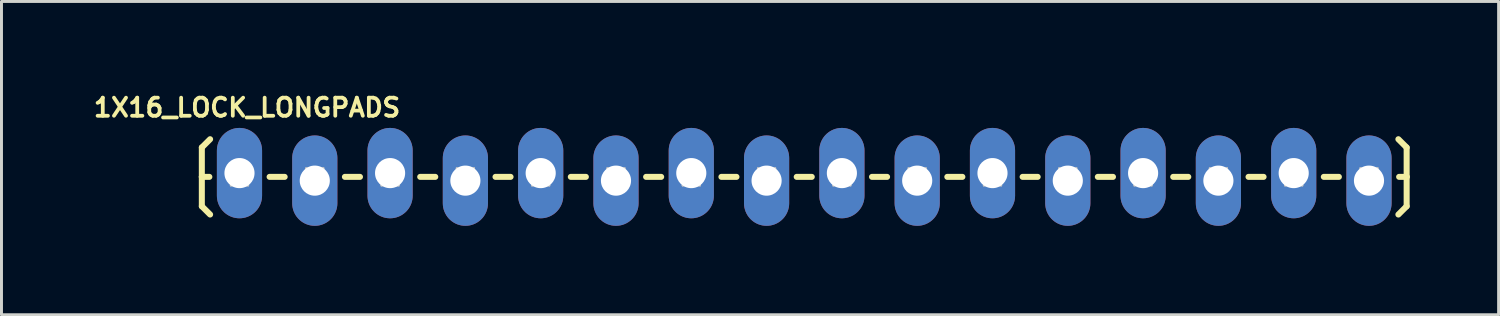
<source format=kicad_pcb>
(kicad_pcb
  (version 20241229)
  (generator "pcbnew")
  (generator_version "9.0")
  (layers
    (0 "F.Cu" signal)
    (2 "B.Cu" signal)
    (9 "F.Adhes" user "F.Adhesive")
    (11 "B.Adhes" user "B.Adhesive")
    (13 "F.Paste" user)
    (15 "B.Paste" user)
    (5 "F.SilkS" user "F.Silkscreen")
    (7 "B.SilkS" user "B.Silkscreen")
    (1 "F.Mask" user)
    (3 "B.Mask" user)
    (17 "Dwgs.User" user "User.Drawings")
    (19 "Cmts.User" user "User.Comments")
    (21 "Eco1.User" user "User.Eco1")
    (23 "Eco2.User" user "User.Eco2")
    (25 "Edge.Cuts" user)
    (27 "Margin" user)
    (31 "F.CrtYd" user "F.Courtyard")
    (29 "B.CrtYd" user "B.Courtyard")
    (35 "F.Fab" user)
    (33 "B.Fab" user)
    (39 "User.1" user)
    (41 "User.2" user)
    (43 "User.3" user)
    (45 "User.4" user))
  (footprint "1X16_LOCK_LONGPADS"
    (layer "F.Cu")
    (at 5.028 2.916)
    (property "Reference" "1X16_LOCK_LONGPADS" (at 0.254 -2.337 0) (layer "F.SilkS") (effects (font (size 0.61 0.61) (thickness 0.127))))
    (attr exclude_from_pos_files exclude_from_bom)
    (fp_line (start -1.27 -0.991) (end -0.991 -1.27) (stroke (width 0.203) (type solid)) (layer "F.SilkS"))
    (fp_line (start -1.27 0) (end -1.27 -0.991) (stroke (width 0.203) (type solid)) (layer "F.SilkS"))
    (fp_line (start -1.27 0) (end -1.27 0.991) (stroke (width 0.203) (type solid)) (layer "F.SilkS"))
    (fp_line (start -1.27 0) (end -1.016 0) (stroke (width 0.203) (type solid)) (layer "F.SilkS"))
    (fp_line (start -1.27 0.991) (end -0.991 1.27) (stroke (width 0.203) (type solid)) (layer "F.SilkS"))
    (fp_line (start 1.524 0) (end 1.016 0) (stroke (width 0.203) (type solid)) (layer "F.SilkS"))
    (fp_line (start 4.064 0) (end 3.556 0) (stroke (width 0.203) (type solid)) (layer "F.SilkS"))
    (fp_line (start 6.604 0) (end 6.096 0) (stroke (width 0.203) (type solid)) (layer "F.SilkS"))
    (fp_line (start 9.144 0) (end 8.636 0) (stroke (width 0.203) (type solid)) (layer "F.SilkS"))
    (fp_line (start 11.684 0) (end 11.176 0) (stroke (width 0.203) (type solid)) (layer "F.SilkS"))
    (fp_line (start 14.224 0) (end 13.716 0) (stroke (width 0.203) (type solid)) (layer "F.SilkS"))
    (fp_line (start 16.764 0) (end 16.256 0) (stroke (width 0.203) (type solid)) (layer "F.SilkS"))
    (fp_line (start 19.304 0) (end 18.796 0) (stroke (width 0.203) (type solid)) (layer "F.SilkS"))
    (fp_line (start 21.844 0) (end 21.336 0) (stroke (width 0.203) (type solid)) (layer "F.SilkS"))
    (fp_line (start 24.384 0) (end 23.876 0) (stroke (width 0.203) (type solid)) (layer "F.SilkS"))
    (fp_line (start 26.924 0) (end 26.416 0) (stroke (width 0.203) (type solid)) (layer "F.SilkS"))
    (fp_line (start 29.464 0) (end 28.953 0) (stroke (width 0.203) (type solid)) (layer "F.SilkS"))
    (fp_line (start 32.004 0) (end 31.496 0) (stroke (width 0.203) (type solid)) (layer "F.SilkS"))
    (fp_line (start 34.544 0) (end 34.036 0) (stroke (width 0.203) (type solid)) (layer "F.SilkS"))
    (fp_line (start 37.084 0) (end 36.576 0) (stroke (width 0.203) (type solid)) (layer "F.SilkS"))
    (fp_line (start 39.37 -0.991) (end 39.091 -1.27) (stroke (width 0.203) (type solid)) (layer "F.SilkS"))
    (fp_line (start 39.37 0) (end 39.116 0) (stroke (width 0.203) (type solid)) (layer "F.SilkS"))
    (fp_line (start 39.37 0) (end 39.37 -0.991) (stroke (width 0.203) (type solid)) (layer "F.SilkS"))
    (fp_line (start 39.37 0) (end 39.37 0.991) (stroke (width 0.203) (type solid)) (layer "F.SilkS"))
    (fp_line (start 39.37 0.991) (end 39.091 1.27) (stroke (width 0.203) (type solid)) (layer "F.SilkS"))
    (fp_line (start -0.292 -0.292) (end 0.292 -0.292) (stroke (width 0.066) (type solid)) (layer "Dwgs.User"))
    (fp_line (start -0.292 0.292) (end -0.292 -0.292) (stroke (width 0.066) (type solid)) (layer "Dwgs.User"))
    (fp_line (start -0.292 0.292) (end 0.292 0.292) (stroke (width 0.066) (type solid)) (layer "Dwgs.User"))
    (fp_line (start 0.292 0.292) (end 0.292 -0.292) (stroke (width 0.066) (type solid)) (layer "Dwgs.User"))
    (fp_line (start 2.248 -0.292) (end 2.832 -0.292) (stroke (width 0.066) (type solid)) (layer "Dwgs.User"))
    (fp_line (start 2.248 0.292) (end 2.248 -0.292) (stroke (width 0.066) (type solid)) (layer "Dwgs.User"))
    (fp_line (start 2.248 0.292) (end 2.832 0.292) (stroke (width 0.066) (type solid)) (layer "Dwgs.User"))
    (fp_line (start 2.832 0.292) (end 2.832 -0.292) (stroke (width 0.066) (type solid)) (layer "Dwgs.User"))
    (fp_line (start 4.788 -0.292) (end 5.372 -0.292) (stroke (width 0.066) (type solid)) (layer "Dwgs.User"))
    (fp_line (start 4.788 0.292) (end 4.788 -0.292) (stroke (width 0.066) (type solid)) (layer "Dwgs.User"))
    (fp_line (start 4.788 0.292) (end 5.372 0.292) (stroke (width 0.066) (type solid)) (layer "Dwgs.User"))
    (fp_line (start 5.372 0.292) (end 5.372 -0.292) (stroke (width 0.066) (type solid)) (layer "Dwgs.User"))
    (fp_line (start 7.328 -0.292) (end 7.912 -0.292) (stroke (width 0.066) (type solid)) (layer "Dwgs.User"))
    (fp_line (start 7.328 0.292) (end 7.328 -0.292) (stroke (width 0.066) (type solid)) (layer "Dwgs.User"))
    (fp_line (start 7.328 0.292) (end 7.912 0.292) (stroke (width 0.066) (type solid)) (layer "Dwgs.User"))
    (fp_line (start 7.912 0.292) (end 7.912 -0.292) (stroke (width 0.066) (type solid)) (layer "Dwgs.User"))
    (fp_line (start 9.868 -0.292) (end 10.452 -0.292) (stroke (width 0.066) (type solid)) (layer "Dwgs.User"))
    (fp_line (start 9.868 0.292) (end 9.868 -0.292) (stroke (width 0.066) (type solid)) (layer "Dwgs.User"))
    (fp_line (start 9.868 0.292) (end 10.452 0.292) (stroke (width 0.066) (type solid)) (layer "Dwgs.User"))
    (fp_line (start 10.452 0.292) (end 10.452 -0.292) (stroke (width 0.066) (type solid)) (layer "Dwgs.User"))
    (fp_line (start 12.408 -0.292) (end 12.992 -0.292) (stroke (width 0.066) (type solid)) (layer "Dwgs.User"))
    (fp_line (start 12.408 0.292) (end 12.408 -0.292) (stroke (width 0.066) (type solid)) (layer "Dwgs.User"))
    (fp_line (start 12.408 0.292) (end 12.992 0.292) (stroke (width 0.066) (type solid)) (layer "Dwgs.User"))
    (fp_line (start 12.992 0.292) (end 12.992 -0.292) (stroke (width 0.066) (type solid)) (layer "Dwgs.User"))
    (fp_line (start 14.948 -0.292) (end 15.532 -0.292) (stroke (width 0.066) (type solid)) (layer "Dwgs.User"))
    (fp_line (start 14.948 0.292) (end 14.948 -0.292) (stroke (width 0.066) (type solid)) (layer "Dwgs.User"))
    (fp_line (start 14.948 0.292) (end 15.532 0.292) (stroke (width 0.066) (type solid)) (layer "Dwgs.User"))
    (fp_line (start 15.532 0.292) (end 15.532 -0.292) (stroke (width 0.066) (type solid)) (layer "Dwgs.User"))
    (fp_line (start 17.488 -0.292) (end 18.072 -0.292) (stroke (width 0.066) (type solid)) (layer "Dwgs.User"))
    (fp_line (start 17.488 0.292) (end 17.488 -0.292) (stroke (width 0.066) (type solid)) (layer "Dwgs.User"))
    (fp_line (start 17.488 0.292) (end 18.072 0.292) (stroke (width 0.066) (type solid)) (layer "Dwgs.User"))
    (fp_line (start 18.072 0.292) (end 18.072 -0.292) (stroke (width 0.066) (type solid)) (layer "Dwgs.User"))
    (fp_line (start 20.028 -0.292) (end 20.612 -0.292) (stroke (width 0.066) (type solid)) (layer "Dwgs.User"))
    (fp_line (start 20.028 0.292) (end 20.028 -0.292) (stroke (width 0.066) (type solid)) (layer "Dwgs.User"))
    (fp_line (start 20.028 0.292) (end 20.612 0.292) (stroke (width 0.066) (type solid)) (layer "Dwgs.User"))
    (fp_line (start 20.612 0.292) (end 20.612 -0.292) (stroke (width 0.066) (type solid)) (layer "Dwgs.User"))
    (fp_line (start 22.568 -0.292) (end 23.152 -0.292) (stroke (width 0.066) (type solid)) (layer "Dwgs.User"))
    (fp_line (start 22.568 0.292) (end 22.568 -0.292) (stroke (width 0.066) (type solid)) (layer "Dwgs.User"))
    (fp_line (start 22.568 0.292) (end 23.152 0.292) (stroke (width 0.066) (type solid)) (layer "Dwgs.User"))
    (fp_line (start 23.152 0.292) (end 23.152 -0.292) (stroke (width 0.066) (type solid)) (layer "Dwgs.User"))
    (fp_line (start 25.108 -0.292) (end 25.692 -0.292) (stroke (width 0.066) (type solid)) (layer "Dwgs.User"))
    (fp_line (start 25.108 0.292) (end 25.108 -0.292) (stroke (width 0.066) (type solid)) (layer "Dwgs.User"))
    (fp_line (start 25.108 0.292) (end 25.692 0.292) (stroke (width 0.066) (type solid)) (layer "Dwgs.User"))
    (fp_line (start 25.692 0.292) (end 25.692 -0.292) (stroke (width 0.066) (type solid)) (layer "Dwgs.User"))
    (fp_line (start 27.648 -0.292) (end 28.232 -0.292) (stroke (width 0.066) (type solid)) (layer "Dwgs.User"))
    (fp_line (start 27.648 0.292) (end 27.648 -0.292) (stroke (width 0.066) (type solid)) (layer "Dwgs.User"))
    (fp_line (start 27.648 0.292) (end 28.232 0.292) (stroke (width 0.066) (type solid)) (layer "Dwgs.User"))
    (fp_line (start 28.232 0.292) (end 28.232 -0.292) (stroke (width 0.066) (type solid)) (layer "Dwgs.User"))
    (fp_line (start 30.185 -0.292) (end 30.772 -0.292) (stroke (width 0.066) (type solid)) (layer "Dwgs.User"))
    (fp_line (start 30.185 0.292) (end 30.185 -0.292) (stroke (width 0.066) (type solid)) (layer "Dwgs.User"))
    (fp_line (start 30.185 0.292) (end 30.772 0.292) (stroke (width 0.066) (type solid)) (layer "Dwgs.User"))
    (fp_line (start 30.772 0.292) (end 30.772 -0.292) (stroke (width 0.066) (type solid)) (layer "Dwgs.User"))
    (fp_line (start 32.728 -0.292) (end 33.312 -0.292) (stroke (width 0.066) (type solid)) (layer "Dwgs.User"))
    (fp_line (start 32.728 0.292) (end 32.728 -0.292) (stroke (width 0.066) (type solid)) (layer "Dwgs.User"))
    (fp_line (start 32.728 0.292) (end 33.312 0.292) (stroke (width 0.066) (type solid)) (layer "Dwgs.User"))
    (fp_line (start 33.312 0.292) (end 33.312 -0.292) (stroke (width 0.066) (type solid)) (layer "Dwgs.User"))
    (fp_line (start 35.268 -0.292) (end 35.852 -0.292) (stroke (width 0.066) (type solid)) (layer "Dwgs.User"))
    (fp_line (start 35.268 0.292) (end 35.268 -0.292) (stroke (width 0.066) (type solid)) (layer "Dwgs.User"))
    (fp_line (start 35.268 0.292) (end 35.852 0.292) (stroke (width 0.066) (type solid)) (layer "Dwgs.User"))
    (fp_line (start 35.852 0.292) (end 35.852 -0.292) (stroke (width 0.066) (type solid)) (layer "Dwgs.User"))
    (fp_line (start 37.808 -0.292) (end 38.392 -0.292) (stroke (width 0.066) (type solid)) (layer "Dwgs.User"))
    (fp_line (start 37.808 0.292) (end 37.808 -0.292) (stroke (width 0.066) (type solid)) (layer "Dwgs.User"))
    (fp_line (start 37.808 0.292) (end 38.392 0.292) (stroke (width 0.066) (type solid)) (layer "Dwgs.User"))
    (fp_line (start 38.392 0.292) (end 38.392 -0.292) (stroke (width 0.066) (type solid)) (layer "Dwgs.User"))
    (pad "1" thru_hole oval (at 0 -0.127 180) (size 1.524 3.048) (drill 1.016) (layers "*.Cu" "*.Paste" "*.Mask"))
    (pad "2" thru_hole oval (at 2.54 0.127 180) (size 1.524 3.048) (drill 1.016) (layers "*.Cu" "*.Paste" "*.Mask"))
    (pad "3" thru_hole oval (at 5.08 -0.127 180) (size 1.524 3.048) (drill 1.016) (layers "*.Cu" "*.Paste" "*.Mask"))
    (pad "4" thru_hole oval (at 7.62 0.127 180) (size 1.524 3.048) (drill 1.016) (layers "*.Cu" "*.Paste" "*.Mask"))
    (pad "5" thru_hole oval (at 10.16 -0.127 180) (size 1.524 3.048) (drill 1.016) (layers "*.Cu" "*.Paste" "*.Mask"))
    (pad "6" thru_hole oval (at 12.7 0.127 180) (size 1.524 3.048) (drill 1.016) (layers "*.Cu" "*.Paste" "*.Mask"))
    (pad "7" thru_hole oval (at 15.24 -0.127 180) (size 1.524 3.048) (drill 1.016) (layers "*.Cu" "*.Paste" "*.Mask"))
    (pad "8" thru_hole oval (at 17.78 0.127 180) (size 1.524 3.048) (drill 1.016) (layers "*.Cu" "*.Paste" "*.Mask"))
    (pad "9" thru_hole oval (at 20.32 -0.127 180) (size 1.524 3.048) (drill 1.016) (layers "*.Cu" "*.Paste" "*.Mask"))
    (pad "10" thru_hole oval (at 22.86 0.127 180) (size 1.524 3.048) (drill 1.016) (layers "*.Cu" "*.Paste" "*.Mask"))
    (pad "11" thru_hole oval (at 25.4 -0.127 180) (size 1.524 3.048) (drill 1.016) (layers "*.Cu" "*.Paste" "*.Mask"))
    (pad "12" thru_hole oval (at 27.94 0.127 180) (size 1.524 3.048) (drill 1.016) (layers "*.Cu" "*.Paste" "*.Mask"))
    (pad "13" thru_hole oval (at 30.48 -0.127 180) (size 1.524 3.048) (drill 1.016) (layers "*.Cu" "*.Paste" "*.Mask"))
    (pad "14" thru_hole oval (at 33.02 0.127 180) (size 1.524 3.048) (drill 1.016) (layers "*.Cu" "*.Paste" "*.Mask"))
    (pad "15" thru_hole oval (at 35.56 -0.127 180) (size 1.524 3.048) (drill 1.016) (layers "*.Cu" "*.Paste" "*.Mask"))
    (pad "16" thru_hole oval (at 38.1 0.127 180) (size 1.524 3.048) (drill 1.016) (layers "*.Cu" "*.Paste" "*.Mask")))
  (gr_rect
    (start -3 -3)
    (end 47.5 7.567)
    (stroke (width 0.1) (type default))
    (fill no)
    (layer "Edge.Cuts")))
</source>
